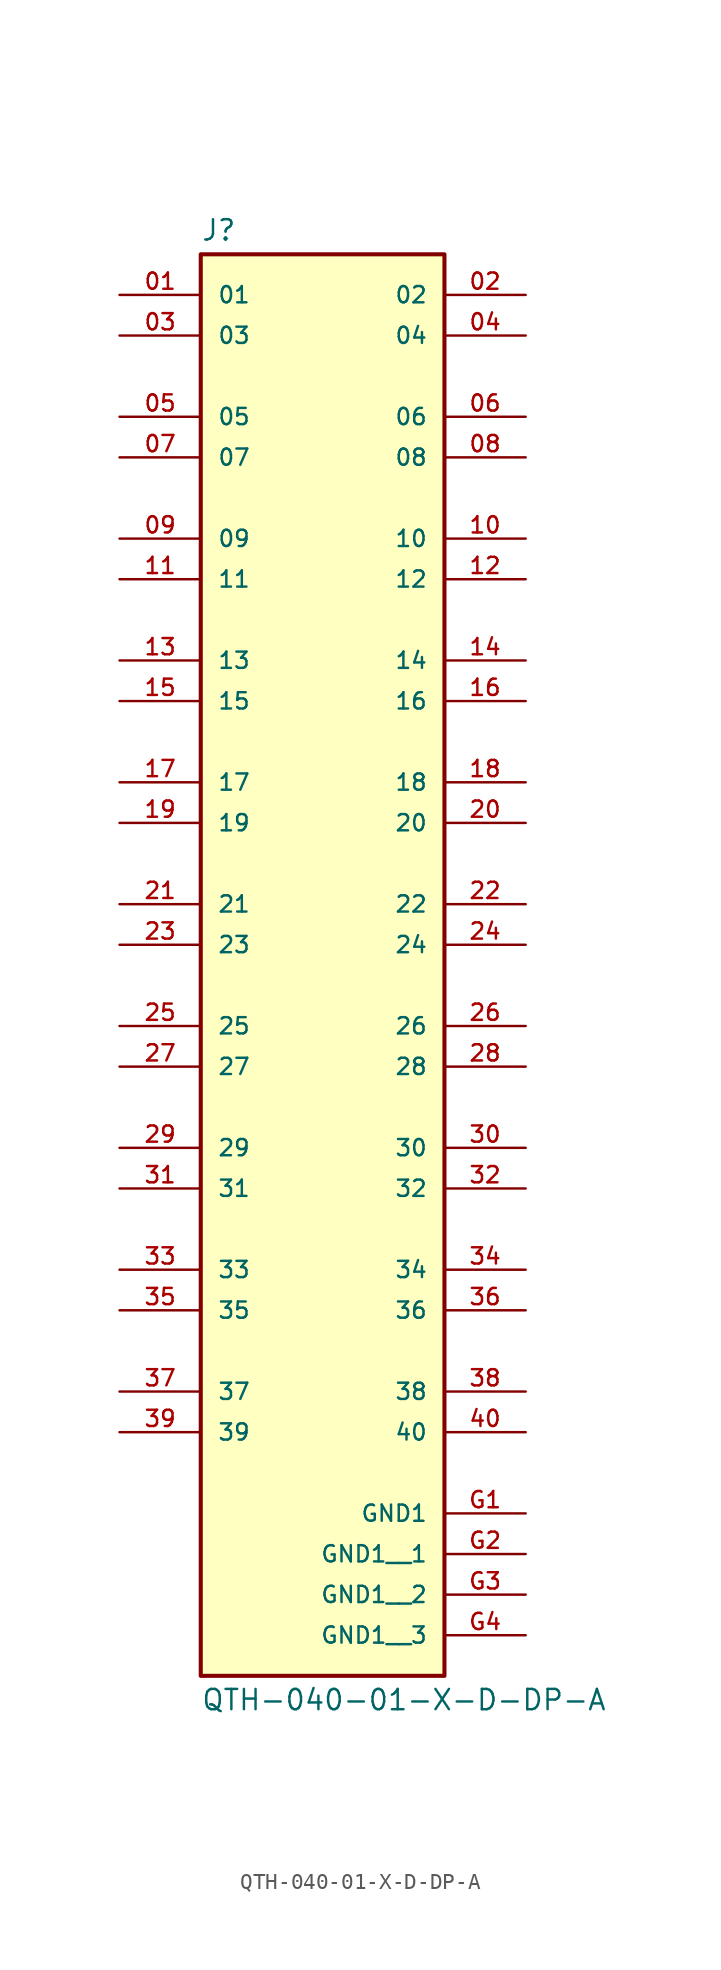
<source format=kicad_sym>
(kicad_symbol_lib
  (version 20231120)
  (generator "kicad_symbol_editor")
  (generator_version "8.0")
  (symbol "QTH-040-01-X-D-DP-A"
    (pin_names
      (offset 1.016))
    (property "Reference" "J"
      (at -7.62 41.402 0)
      (effects (font (size 1.27 1.27)) (justify left bottom)))
    (property "Value" "QTH-040-01-X-D-DP-A"
      (at -7.62 -49.022 0)
      (effects (font (size 1.27 1.27)) (justify left top)))
    (symbol "QTH-040-01-X-D-DP-A_1_0"
      (rectangle (start -7.62 40.64) (end 7.62 -48.26) (stroke (width 0.254) (type default)) (fill (type background)))
      (pin passive line (at -12.7 38.1 0) (length 5.08) (name "01" (effects (font (size 1.016 1.016)))) (number "01" (effects (font (size 1.016 1.016)))))
      (pin passive line (at 12.7 38.1 180) (length 5.08) (name "02" (effects (font (size 1.016 1.016)))) (number "02" (effects (font (size 1.016 1.016)))))
      (pin passive line (at -12.7 35.56 0) (length 5.08) (name "03" (effects (font (size 1.016 1.016)))) (number "03" (effects (font (size 1.016 1.016)))))
      (pin passive line (at 12.7 35.56 180) (length 5.08) (name "04" (effects (font (size 1.016 1.016)))) (number "04" (effects (font (size 1.016 1.016)))))
      (pin passive line (at -12.7 30.48 0) (length 5.08) (name "05" (effects (font (size 1.016 1.016)))) (number "05" (effects (font (size 1.016 1.016)))))
      (pin passive line (at 12.7 30.48 180) (length 5.08) (name "06" (effects (font (size 1.016 1.016)))) (number "06" (effects (font (size 1.016 1.016)))))
      (pin passive line (at -12.7 27.94 0) (length 5.08) (name "07" (effects (font (size 1.016 1.016)))) (number "07" (effects (font (size 1.016 1.016)))))
      (pin passive line (at 12.7 27.94 180) (length 5.08) (name "08" (effects (font (size 1.016 1.016)))) (number "08" (effects (font (size 1.016 1.016)))))
      (pin passive line (at -12.7 22.86 0) (length 5.08) (name "09" (effects (font (size 1.016 1.016)))) (number "09" (effects (font (size 1.016 1.016)))))
      (pin passive line (at 12.7 22.86 180) (length 5.08) (name "10" (effects (font (size 1.016 1.016)))) (number "10" (effects (font (size 1.016 1.016)))))
      (pin passive line (at -12.7 20.32 0) (length 5.08) (name "11" (effects (font (size 1.016 1.016)))) (number "11" (effects (font (size 1.016 1.016)))))
      (pin passive line (at 12.7 20.32 180) (length 5.08) (name "12" (effects (font (size 1.016 1.016)))) (number "12" (effects (font (size 1.016 1.016)))))
      (pin passive line (at -12.7 15.24 0) (length 5.08) (name "13" (effects (font (size 1.016 1.016)))) (number "13" (effects (font (size 1.016 1.016)))))
      (pin passive line (at 12.7 15.24 180) (length 5.08) (name "14" (effects (font (size 1.016 1.016)))) (number "14" (effects (font (size 1.016 1.016)))))
      (pin passive line (at -12.7 12.7 0) (length 5.08) (name "15" (effects (font (size 1.016 1.016)))) (number "15" (effects (font (size 1.016 1.016)))))
      (pin passive line (at 12.7 12.7 180) (length 5.08) (name "16" (effects (font (size 1.016 1.016)))) (number "16" (effects (font (size 1.016 1.016)))))
      (pin passive line (at -12.7 7.62 0) (length 5.08) (name "17" (effects (font (size 1.016 1.016)))) (number "17" (effects (font (size 1.016 1.016)))))
      (pin passive line (at 12.7 7.62 180) (length 5.08) (name "18" (effects (font (size 1.016 1.016)))) (number "18" (effects (font (size 1.016 1.016)))))
      (pin passive line (at -12.7 5.08 0) (length 5.08) (name "19" (effects (font (size 1.016 1.016)))) (number "19" (effects (font (size 1.016 1.016)))))
      (pin passive line (at 12.7 5.08 180) (length 5.08) (name "20" (effects (font (size 1.016 1.016)))) (number "20" (effects (font (size 1.016 1.016)))))
      (pin passive line (at -12.7 0 0) (length 5.08) (name "21" (effects (font (size 1.016 1.016)))) (number "21" (effects (font (size 1.016 1.016)))))
      (pin passive line (at 12.7 0 180) (length 5.08) (name "22" (effects (font (size 1.016 1.016)))) (number "22" (effects (font (size 1.016 1.016)))))
      (pin passive line (at -12.7 -2.54 0) (length 5.08) (name "23" (effects (font (size 1.016 1.016)))) (number "23" (effects (font (size 1.016 1.016)))))
      (pin passive line (at 12.7 -2.54 180) (length 5.08) (name "24" (effects (font (size 1.016 1.016)))) (number "24" (effects (font (size 1.016 1.016)))))
      (pin passive line (at -12.7 -7.62 0) (length 5.08) (name "25" (effects (font (size 1.016 1.016)))) (number "25" (effects (font (size 1.016 1.016)))))
      (pin passive line (at 12.7 -7.62 180) (length 5.08) (name "26" (effects (font (size 1.016 1.016)))) (number "26" (effects (font (size 1.016 1.016)))))
      (pin passive line (at -12.7 -10.16 0) (length 5.08) (name "27" (effects (font (size 1.016 1.016)))) (number "27" (effects (font (size 1.016 1.016)))))
      (pin passive line (at 12.7 -10.16 180) (length 5.08) (name "28" (effects (font (size 1.016 1.016)))) (number "28" (effects (font (size 1.016 1.016)))))
      (pin passive line (at -12.7 -15.24 0) (length 5.08) (name "29" (effects (font (size 1.016 1.016)))) (number "29" (effects (font (size 1.016 1.016)))))
      (pin passive line (at 12.7 -15.24 180) (length 5.08) (name "30" (effects (font (size 1.016 1.016)))) (number "30" (effects (font (size 1.016 1.016)))))
      (pin passive line (at -12.7 -17.78 0) (length 5.08) (name "31" (effects (font (size 1.016 1.016)))) (number "31" (effects (font (size 1.016 1.016)))))
      (pin passive line (at 12.7 -17.78 180) (length 5.08) (name "32" (effects (font (size 1.016 1.016)))) (number "32" (effects (font (size 1.016 1.016)))))
      (pin passive line (at -12.7 -22.86 0) (length 5.08) (name "33" (effects (font (size 1.016 1.016)))) (number "33" (effects (font (size 1.016 1.016)))))
      (pin passive line (at 12.7 -22.86 180) (length 5.08) (name "34" (effects (font (size 1.016 1.016)))) (number "34" (effects (font (size 1.016 1.016)))))
      (pin passive line (at -12.7 -25.4 0) (length 5.08) (name "35" (effects (font (size 1.016 1.016)))) (number "35" (effects (font (size 1.016 1.016)))))
      (pin passive line (at 12.7 -25.4 180) (length 5.08) (name "36" (effects (font (size 1.016 1.016)))) (number "36" (effects (font (size 1.016 1.016)))))
      (pin passive line (at -12.7 -30.48 0) (length 5.08) (name "37" (effects (font (size 1.016 1.016)))) (number "37" (effects (font (size 1.016 1.016)))))
      (pin passive line (at 12.7 -30.48 180) (length 5.08) (name "38" (effects (font (size 1.016 1.016)))) (number "38" (effects (font (size 1.016 1.016)))))
      (pin passive line (at -12.7 -33.02 0) (length 5.08) (name "39" (effects (font (size 1.016 1.016)))) (number "39" (effects (font (size 1.016 1.016)))))
      (pin passive line (at 12.7 -33.02 180) (length 5.08) (name "40" (effects (font (size 1.016 1.016)))) (number "40" (effects (font (size 1.016 1.016)))))
      (pin power_in line (at 12.7 -38.1 180) (length 5.08) (name "GND1" (effects (font (size 1.016 1.016)))) (number "G1" (effects (font (size 1.016 1.016)))))
      (pin power_in line (at 12.7 -40.64 180) (length 5.08) (name "GND1__1" (effects (font (size 1.016 1.016)))) (number "G2" (effects (font (size 1.016 1.016)))))
      (pin power_in line (at 12.7 -43.18 180) (length 5.08) (name "GND1__2" (effects (font (size 1.016 1.016)))) (number "G3" (effects (font (size 1.016 1.016)))))
      (pin power_in line (at 12.7 -45.72 180) (length 5.08) (name "GND1__3" (effects (font (size 1.016 1.016)))) (number "G4" (effects (font (size 1.016 1.016))))))))
</source>
